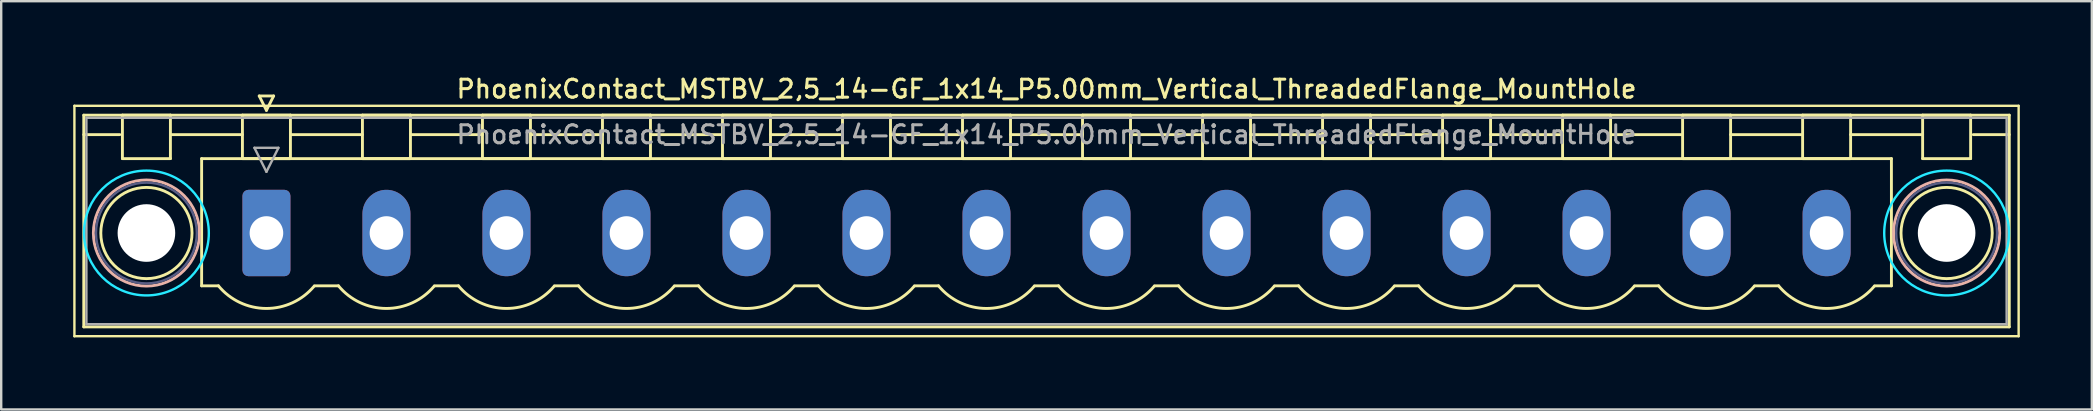
<source format=kicad_pcb>
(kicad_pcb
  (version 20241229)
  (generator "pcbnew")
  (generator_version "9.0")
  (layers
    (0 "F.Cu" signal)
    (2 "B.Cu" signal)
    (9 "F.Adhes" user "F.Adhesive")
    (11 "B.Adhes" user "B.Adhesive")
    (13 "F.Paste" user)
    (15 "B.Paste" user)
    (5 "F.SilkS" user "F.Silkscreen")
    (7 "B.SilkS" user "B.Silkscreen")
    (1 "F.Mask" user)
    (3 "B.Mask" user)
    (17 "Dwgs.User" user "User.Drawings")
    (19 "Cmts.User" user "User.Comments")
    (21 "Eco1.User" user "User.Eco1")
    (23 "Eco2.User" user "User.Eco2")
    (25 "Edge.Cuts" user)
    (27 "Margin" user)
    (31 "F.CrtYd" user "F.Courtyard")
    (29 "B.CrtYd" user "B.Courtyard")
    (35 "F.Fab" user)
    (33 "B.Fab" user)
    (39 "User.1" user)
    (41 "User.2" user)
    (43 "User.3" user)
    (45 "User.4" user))
  (footprint "PhoenixContact_MSTBV_2,5_14-GF_1x14_P5.00mm_Vertical_ThreadedFlange_MountHole"
    (layer "F.Cu")
    (at 8.05 6.658)
    (property "Reference" "PhoenixContact_MSTBV_2,5_14-GF_1x14_P5.00mm_Vertical_ThreadedFlange_MountHole" (at 32.5 -6 0) (layer "F.SilkS") (effects (font (size 0.75 0.75) (thickness 0.125))))
    (attr through_hole)
    (fp_line (start -8 -5.3) (end -8 4.3) (stroke (width 0.1) (type solid)) (layer "F.SilkS"))
    (fp_line (start -8 4.3) (end 73 4.3) (stroke (width 0.1) (type solid)) (layer "F.SilkS"))
    (fp_line (start -7.61 -4.91) (end -7.61 3.91) (stroke (width 0.12) (type solid)) (layer "F.SilkS"))
    (fp_line (start -7.61 -4.1) (end -6.11 -4.1) (stroke (width 0.12) (type solid)) (layer "F.SilkS"))
    (fp_line (start -7.61 3.91) (end 72.61 3.91) (stroke (width 0.12) (type solid)) (layer "F.SilkS"))
    (fp_line (start -6 -4.91) (end -4 -4.91) (stroke (width 0.12) (type solid)) (layer "F.SilkS"))
    (fp_line (start -6 -3.1) (end -6 -4.91) (stroke (width 0.12) (type solid)) (layer "F.SilkS"))
    (fp_line (start -4 -4.91) (end -4 -3.1) (stroke (width 0.12) (type solid)) (layer "F.SilkS"))
    (fp_line (start -4 -4.1) (end -1 -4.1) (stroke (width 0.12) (type solid)) (layer "F.SilkS"))
    (fp_line (start -4 -3.1) (end -6 -3.1) (stroke (width 0.12) (type solid)) (layer "F.SilkS"))
    (fp_line (start -2.7 -3.1) (end 67.7 -3.1) (stroke (width 0.12) (type solid)) (layer "F.SilkS"))
    (fp_line (start -2.7 2.2) (end -2.7 -3.1) (stroke (width 0.12) (type solid)) (layer "F.SilkS"))
    (fp_line (start -2 2.2) (end -2.7 2.2) (stroke (width 0.12) (type solid)) (layer "F.SilkS"))
    (fp_line (start -1 -4.91) (end 1 -4.91) (stroke (width 0.12) (type solid)) (layer "F.SilkS"))
    (fp_line (start -1 -3.1) (end -1 -4.91) (stroke (width 0.12) (type solid)) (layer "F.SilkS"))
    (fp_line (start -0.3 -5.71) (end 0.3 -5.71) (stroke (width 0.12) (type solid)) (layer "F.SilkS"))
    (fp_line (start 0 -5.11) (end -0.3 -5.71) (stroke (width 0.12) (type solid)) (layer "F.SilkS"))
    (fp_line (start 0.3 -5.71) (end 0 -5.11) (stroke (width 0.12) (type solid)) (layer "F.SilkS"))
    (fp_line (start 1 -4.91) (end 1 -3.1) (stroke (width 0.12) (type solid)) (layer "F.SilkS"))
    (fp_line (start 1 -4.1) (end 4 -4.1) (stroke (width 0.12) (type solid)) (layer "F.SilkS"))
    (fp_line (start 1 -3.1) (end -1 -3.1) (stroke (width 0.12) (type solid)) (layer "F.SilkS"))
    (fp_line (start 2 2.2) (end 3 2.2) (stroke (width 0.12) (type solid)) (layer "F.SilkS"))
    (fp_line (start 4 -4.91) (end 6 -4.91) (stroke (width 0.12) (type solid)) (layer "F.SilkS"))
    (fp_line (start 4 -3.1) (end 4 -4.91) (stroke (width 0.12) (type solid)) (layer "F.SilkS"))
    (fp_line (start 6 -4.91) (end 6 -3.1) (stroke (width 0.12) (type solid)) (layer "F.SilkS"))
    (fp_line (start 6 -4.1) (end 9 -4.1) (stroke (width 0.12) (type solid)) (layer "F.SilkS"))
    (fp_line (start 6 -3.1) (end 4 -3.1) (stroke (width 0.12) (type solid)) (layer "F.SilkS"))
    (fp_line (start 7 2.2) (end 8 2.2) (stroke (width 0.12) (type solid)) (layer "F.SilkS"))
    (fp_line (start 9 -4.91) (end 11 -4.91) (stroke (width 0.12) (type solid)) (layer "F.SilkS"))
    (fp_line (start 9 -3.1) (end 9 -4.91) (stroke (width 0.12) (type solid)) (layer "F.SilkS"))
    (fp_line (start 11 -4.91) (end 11 -3.1) (stroke (width 0.12) (type solid)) (layer "F.SilkS"))
    (fp_line (start 11 -4.1) (end 14 -4.1) (stroke (width 0.12) (type solid)) (layer "F.SilkS"))
    (fp_line (start 11 -3.1) (end 9 -3.1) (stroke (width 0.12) (type solid)) (layer "F.SilkS"))
    (fp_line (start 12 2.2) (end 13 2.2) (stroke (width 0.12) (type solid)) (layer "F.SilkS"))
    (fp_line (start 14 -4.91) (end 16 -4.91) (stroke (width 0.12) (type solid)) (layer "F.SilkS"))
    (fp_line (start 14 -3.1) (end 14 -4.91) (stroke (width 0.12) (type solid)) (layer "F.SilkS"))
    (fp_line (start 16 -4.91) (end 16 -3.1) (stroke (width 0.12) (type solid)) (layer "F.SilkS"))
    (fp_line (start 16 -4.1) (end 19 -4.1) (stroke (width 0.12) (type solid)) (layer "F.SilkS"))
    (fp_line (start 16 -3.1) (end 14 -3.1) (stroke (width 0.12) (type solid)) (layer "F.SilkS"))
    (fp_line (start 17 2.2) (end 18 2.2) (stroke (width 0.12) (type solid)) (layer "F.SilkS"))
    (fp_line (start 19 -4.91) (end 21 -4.91) (stroke (width 0.12) (type solid)) (layer "F.SilkS"))
    (fp_line (start 19 -3.1) (end 19 -4.91) (stroke (width 0.12) (type solid)) (layer "F.SilkS"))
    (fp_line (start 21 -4.91) (end 21 -3.1) (stroke (width 0.12) (type solid)) (layer "F.SilkS"))
    (fp_line (start 21 -4.1) (end 24 -4.1) (stroke (width 0.12) (type solid)) (layer "F.SilkS"))
    (fp_line (start 21 -3.1) (end 19 -3.1) (stroke (width 0.12) (type solid)) (layer "F.SilkS"))
    (fp_line (start 22 2.2) (end 23 2.2) (stroke (width 0.12) (type solid)) (layer "F.SilkS"))
    (fp_line (start 24 -4.91) (end 26 -4.91) (stroke (width 0.12) (type solid)) (layer "F.SilkS"))
    (fp_line (start 24 -3.1) (end 24 -4.91) (stroke (width 0.12) (type solid)) (layer "F.SilkS"))
    (fp_line (start 26 -4.91) (end 26 -3.1) (stroke (width 0.12) (type solid)) (layer "F.SilkS"))
    (fp_line (start 26 -4.1) (end 29 -4.1) (stroke (width 0.12) (type solid)) (layer "F.SilkS"))
    (fp_line (start 26 -3.1) (end 24 -3.1) (stroke (width 0.12) (type solid)) (layer "F.SilkS"))
    (fp_line (start 27 2.2) (end 28 2.2) (stroke (width 0.12) (type solid)) (layer "F.SilkS"))
    (fp_line (start 29 -4.91) (end 31 -4.91) (stroke (width 0.12) (type solid)) (layer "F.SilkS"))
    (fp_line (start 29 -3.1) (end 29 -4.91) (stroke (width 0.12) (type solid)) (layer "F.SilkS"))
    (fp_line (start 31 -4.91) (end 31 -3.1) (stroke (width 0.12) (type solid)) (layer "F.SilkS"))
    (fp_line (start 31 -4.1) (end 34 -4.1) (stroke (width 0.12) (type solid)) (layer "F.SilkS"))
    (fp_line (start 31 -3.1) (end 29 -3.1) (stroke (width 0.12) (type solid)) (layer "F.SilkS"))
    (fp_line (start 32 2.2) (end 33 2.2) (stroke (width 0.12) (type solid)) (layer "F.SilkS"))
    (fp_line (start 34 -4.91) (end 36 -4.91) (stroke (width 0.12) (type solid)) (layer "F.SilkS"))
    (fp_line (start 34 -3.1) (end 34 -4.91) (stroke (width 0.12) (type solid)) (layer "F.SilkS"))
    (fp_line (start 36 -4.91) (end 36 -3.1) (stroke (width 0.12) (type solid)) (layer "F.SilkS"))
    (fp_line (start 36 -4.1) (end 39 -4.1) (stroke (width 0.12) (type solid)) (layer "F.SilkS"))
    (fp_line (start 36 -3.1) (end 34 -3.1) (stroke (width 0.12) (type solid)) (layer "F.SilkS"))
    (fp_line (start 37 2.2) (end 38 2.2) (stroke (width 0.12) (type solid)) (layer "F.SilkS"))
    (fp_line (start 39 -4.91) (end 41 -4.91) (stroke (width 0.12) (type solid)) (layer "F.SilkS"))
    (fp_line (start 39 -3.1) (end 39 -4.91) (stroke (width 0.12) (type solid)) (layer "F.SilkS"))
    (fp_line (start 41 -4.91) (end 41 -3.1) (stroke (width 0.12) (type solid)) (layer "F.SilkS"))
    (fp_line (start 41 -4.1) (end 44 -4.1) (stroke (width 0.12) (type solid)) (layer "F.SilkS"))
    (fp_line (start 41 -3.1) (end 39 -3.1) (stroke (width 0.12) (type solid)) (layer "F.SilkS"))
    (fp_line (start 42 2.2) (end 43 2.2) (stroke (width 0.12) (type solid)) (layer "F.SilkS"))
    (fp_line (start 44 -4.91) (end 46 -4.91) (stroke (width 0.12) (type solid)) (layer "F.SilkS"))
    (fp_line (start 44 -3.1) (end 44 -4.91) (stroke (width 0.12) (type solid)) (layer "F.SilkS"))
    (fp_line (start 46 -4.91) (end 46 -3.1) (stroke (width 0.12) (type solid)) (layer "F.SilkS"))
    (fp_line (start 46 -4.1) (end 49 -4.1) (stroke (width 0.12) (type solid)) (layer "F.SilkS"))
    (fp_line (start 46 -3.1) (end 44 -3.1) (stroke (width 0.12) (type solid)) (layer "F.SilkS"))
    (fp_line (start 47 2.2) (end 48 2.2) (stroke (width 0.12) (type solid)) (layer "F.SilkS"))
    (fp_line (start 49 -4.91) (end 51 -4.91) (stroke (width 0.12) (type solid)) (layer "F.SilkS"))
    (fp_line (start 49 -3.1) (end 49 -4.91) (stroke (width 0.12) (type solid)) (layer "F.SilkS"))
    (fp_line (start 51 -4.91) (end 51 -3.1) (stroke (width 0.12) (type solid)) (layer "F.SilkS"))
    (fp_line (start 51 -4.1) (end 54 -4.1) (stroke (width 0.12) (type solid)) (layer "F.SilkS"))
    (fp_line (start 51 -3.1) (end 49 -3.1) (stroke (width 0.12) (type solid)) (layer "F.SilkS"))
    (fp_line (start 52 2.2) (end 53 2.2) (stroke (width 0.12) (type solid)) (layer "F.SilkS"))
    (fp_line (start 54 -4.91) (end 56 -4.91) (stroke (width 0.12) (type solid)) (layer "F.SilkS"))
    (fp_line (start 54 -3.1) (end 54 -4.91) (stroke (width 0.12) (type solid)) (layer "F.SilkS"))
    (fp_line (start 56 -4.91) (end 56 -3.1) (stroke (width 0.12) (type solid)) (layer "F.SilkS"))
    (fp_line (start 56 -4.1) (end 59 -4.1) (stroke (width 0.12) (type solid)) (layer "F.SilkS"))
    (fp_line (start 56 -3.1) (end 54 -3.1) (stroke (width 0.12) (type solid)) (layer "F.SilkS"))
    (fp_line (start 57 2.2) (end 58 2.2) (stroke (width 0.12) (type solid)) (layer "F.SilkS"))
    (fp_line (start 59 -4.91) (end 61 -4.91) (stroke (width 0.12) (type solid)) (layer "F.SilkS"))
    (fp_line (start 59 -3.1) (end 59 -4.91) (stroke (width 0.12) (type solid)) (layer "F.SilkS"))
    (fp_line (start 61 -4.91) (end 61 -3.1) (stroke (width 0.12) (type solid)) (layer "F.SilkS"))
    (fp_line (start 61 -4.1) (end 64 -4.1) (stroke (width 0.12) (type solid)) (layer "F.SilkS"))
    (fp_line (start 61 -3.1) (end 59 -3.1) (stroke (width 0.12) (type solid)) (layer "F.SilkS"))
    (fp_line (start 62 2.2) (end 63 2.2) (stroke (width 0.12) (type solid)) (layer "F.SilkS"))
    (fp_line (start 64 -4.91) (end 66 -4.91) (stroke (width 0.12) (type solid)) (layer "F.SilkS"))
    (fp_line (start 64 -3.1) (end 64 -4.91) (stroke (width 0.12) (type solid)) (layer "F.SilkS"))
    (fp_line (start 66 -4.91) (end 66 -3.1) (stroke (width 0.12) (type solid)) (layer "F.SilkS"))
    (fp_line (start 66 -4.1) (end 69 -4.1) (stroke (width 0.12) (type solid)) (layer "F.SilkS"))
    (fp_line (start 66 -3.1) (end 64 -3.1) (stroke (width 0.12) (type solid)) (layer "F.SilkS"))
    (fp_line (start 67.7 -3.1) (end 67.7 2.2) (stroke (width 0.12) (type solid)) (layer "F.SilkS"))
    (fp_line (start 67.7 2.2) (end 67 2.2) (stroke (width 0.12) (type solid)) (layer "F.SilkS"))
    (fp_line (start 69 -4.91) (end 71 -4.91) (stroke (width 0.12) (type solid)) (layer "F.SilkS"))
    (fp_line (start 69 -3.1) (end 69 -4.91) (stroke (width 0.12) (type solid)) (layer "F.SilkS"))
    (fp_line (start 71 -4.91) (end 71 -3.1) (stroke (width 0.12) (type solid)) (layer "F.SilkS"))
    (fp_line (start 71 -3.1) (end 69 -3.1) (stroke (width 0.12) (type solid)) (layer "F.SilkS"))
    (fp_line (start 72.61 -4.91) (end -7.61 -4.91) (stroke (width 0.12) (type solid)) (layer "F.SilkS"))
    (fp_line (start 72.61 -4.1) (end 71.11 -4.1) (stroke (width 0.12) (type solid)) (layer "F.SilkS"))
    (fp_line (start 72.61 3.91) (end 72.61 -4.91) (stroke (width 0.12) (type solid)) (layer "F.SilkS"))
    (fp_line (start 73 -5.3) (end -8 -5.3) (stroke (width 0.1) (type solid)) (layer "F.SilkS"))
    (fp_line (start 73 4.3) (end 73 -5.3) (stroke (width 0.1) (type solid)) (layer "F.SilkS"))
    (fp_arc (start 1.986842 2.215821) (mid -0.010289 3.142758) (end -2 2.2) (stroke (width 0.12) (type solid)) (layer "F.SilkS"))
    (fp_arc (start 6.986842 2.215821) (mid 4.989711 3.142758) (end 3 2.2) (stroke (width 0.12) (type solid)) (layer "F.SilkS"))
    (fp_arc (start 11.986842 2.215821) (mid 9.989711 3.142758) (end 8 2.2) (stroke (width 0.12) (type solid)) (layer "F.SilkS"))
    (fp_arc (start 16.986842 2.215821) (mid 14.989711 3.142758) (end 13 2.2) (stroke (width 0.12) (type solid)) (layer "F.SilkS"))
    (fp_arc (start 21.986842 2.215821) (mid 19.989711 3.142758) (end 18 2.2) (stroke (width 0.12) (type solid)) (layer "F.SilkS"))
    (fp_arc (start 26.986842 2.215821) (mid 24.989711 3.142758) (end 23 2.2) (stroke (width 0.12) (type solid)) (layer "F.SilkS"))
    (fp_arc (start 31.986842 2.215821) (mid 29.989711 3.142758) (end 28 2.2) (stroke (width 0.12) (type solid)) (layer "F.SilkS"))
    (fp_arc (start 36.986842 2.215821) (mid 34.989711 3.142758) (end 33 2.2) (stroke (width 0.12) (type solid)) (layer "F.SilkS"))
    (fp_arc (start 41.986842 2.215821) (mid 39.989711 3.142758) (end 38 2.2) (stroke (width 0.12) (type solid)) (layer "F.SilkS"))
    (fp_arc (start 46.986842 2.215821) (mid 44.989711 3.142758) (end 43 2.2) (stroke (width 0.12) (type solid)) (layer "F.SilkS"))
    (fp_arc (start 51.986842 2.215821) (mid 49.989711 3.142758) (end 48 2.2) (stroke (width 0.12) (type solid)) (layer "F.SilkS"))
    (fp_arc (start 56.986842 2.215821) (mid 54.989711 3.142758) (end 53 2.2) (stroke (width 0.12) (type solid)) (layer "F.SilkS"))
    (fp_arc (start 61.986842 2.215821) (mid 59.989711 3.142758) (end 58 2.2) (stroke (width 0.12) (type solid)) (layer "F.SilkS"))
    (fp_arc (start 66.986842 2.215821) (mid 64.989711 3.142758) (end 63 2.2) (stroke (width 0.12) (type solid)) (layer "F.SilkS"))
    (fp_circle (center -5 0) (end -3.1 0) (stroke (width 0.12) (type solid)) (fill no) (layer "F.SilkS"))
    (fp_circle (center 70 0) (end 71.9 0) (stroke (width 0.12) (type solid)) (fill no) (layer "F.SilkS"))
    (fp_circle (center -5 0) (end -2.79 0) (stroke (width 0.12) (type solid)) (fill no) (layer "B.SilkS"))
    (fp_circle (center 70 0) (end 72.21 0) (stroke (width 0.12) (type solid)) (fill no) (layer "B.SilkS"))
    (fp_circle (center -5 0) (end -2.4 0) (stroke (width 0.1) (type solid)) (fill no) (layer "B.CrtYd"))
    (fp_circle (center 70 0) (end 72.6 0) (stroke (width 0.1) (type solid)) (fill no) (layer "B.CrtYd"))
    (fp_circle (center -5 0) (end -2.9 0) (stroke (width 0.1) (type solid)) (fill no) (layer "B.Fab"))
    (fp_circle (center 70 0) (end 72.1 0) (stroke (width 0.1) (type solid)) (fill no) (layer "B.Fab"))
    (fp_line (start -7.5 -4.8) (end -7.5 3.8) (stroke (width 0.1) (type solid)) (layer "F.Fab"))
    (fp_line (start -7.5 3.8) (end 72.5 3.8) (stroke (width 0.1) (type solid)) (layer "F.Fab"))
    (fp_line (start -0.5 -3.55) (end 0.5 -3.55) (stroke (width 0.1) (type solid)) (layer "F.Fab"))
    (fp_line (start 0 -2.55) (end -0.5 -3.55) (stroke (width 0.1) (type solid)) (layer "F.Fab"))
    (fp_line (start 0.5 -3.55) (end 0 -2.55) (stroke (width 0.1) (type solid)) (layer "F.Fab"))
    (fp_line (start 72.5 -4.8) (end -7.5 -4.8) (stroke (width 0.1) (type solid)) (layer "F.Fab"))
    (fp_line (start 72.5 3.8) (end 72.5 -4.8) (stroke (width 0.1) (type solid)) (layer "F.Fab"))
    (fp_text user "${REFERENCE}" (at 32.5 -4.1 0) (layer "F.Fab") (effects (font (size 0.75 0.75) (thickness 0.125))))
    (pad "" np_thru_hole circle (at -5 0) (size 2.4 2.4) (drill 2.4) (layers "*.Cu" "*.Mask"))
    (pad "" np_thru_hole circle (at 70 0) (size 2.4 2.4) (drill 2.4) (layers "*.Cu" "*.Mask"))
    (pad "1" thru_hole roundrect (at 0 0) (size 2 3.6) (drill 1.4) (layers "*.Cu" "*.Mask") (roundrect_rratio 0.125))
    (pad "2" thru_hole oval (at 5 0) (size 2 3.6) (drill 1.4) (layers "*.Cu" "*.Mask"))
    (pad "3" thru_hole oval (at 10 0) (size 2 3.6) (drill 1.4) (layers "*.Cu" "*.Mask"))
    (pad "4" thru_hole oval (at 15 0) (size 2 3.6) (drill 1.4) (layers "*.Cu" "*.Mask"))
    (pad "5" thru_hole oval (at 20 0) (size 2 3.6) (drill 1.4) (layers "*.Cu" "*.Mask"))
    (pad "6" thru_hole oval (at 25 0) (size 2 3.6) (drill 1.4) (layers "*.Cu" "*.Mask"))
    (pad "7" thru_hole oval (at 30 0) (size 2 3.6) (drill 1.4) (layers "*.Cu" "*.Mask"))
    (pad "8" thru_hole oval (at 35 0) (size 2 3.6) (drill 1.4) (layers "*.Cu" "*.Mask"))
    (pad "9" thru_hole oval (at 40 0) (size 2 3.6) (drill 1.4) (layers "*.Cu" "*.Mask"))
    (pad "10" thru_hole oval (at 45 0) (size 2 3.6) (drill 1.4) (layers "*.Cu" "*.Mask"))
    (pad "11" thru_hole oval (at 50 0) (size 2 3.6) (drill 1.4) (layers "*.Cu" "*.Mask"))
    (pad "12" thru_hole oval (at 55 0) (size 2 3.6) (drill 1.4) (layers "*.Cu" "*.Mask"))
    (pad "13" thru_hole oval (at 60 0) (size 2 3.6) (drill 1.4) (layers "*.Cu" "*.Mask"))
    (pad "14" thru_hole oval (at 65 0) (size 2 3.6) (drill 1.4) (layers "*.Cu" "*.Mask")))
  (gr_rect
    (start -3 -3)
    (end 84.1 14.008)
    (stroke (width 0.1) (type default))
    (fill no)
    (layer "Edge.Cuts")))
</source>
